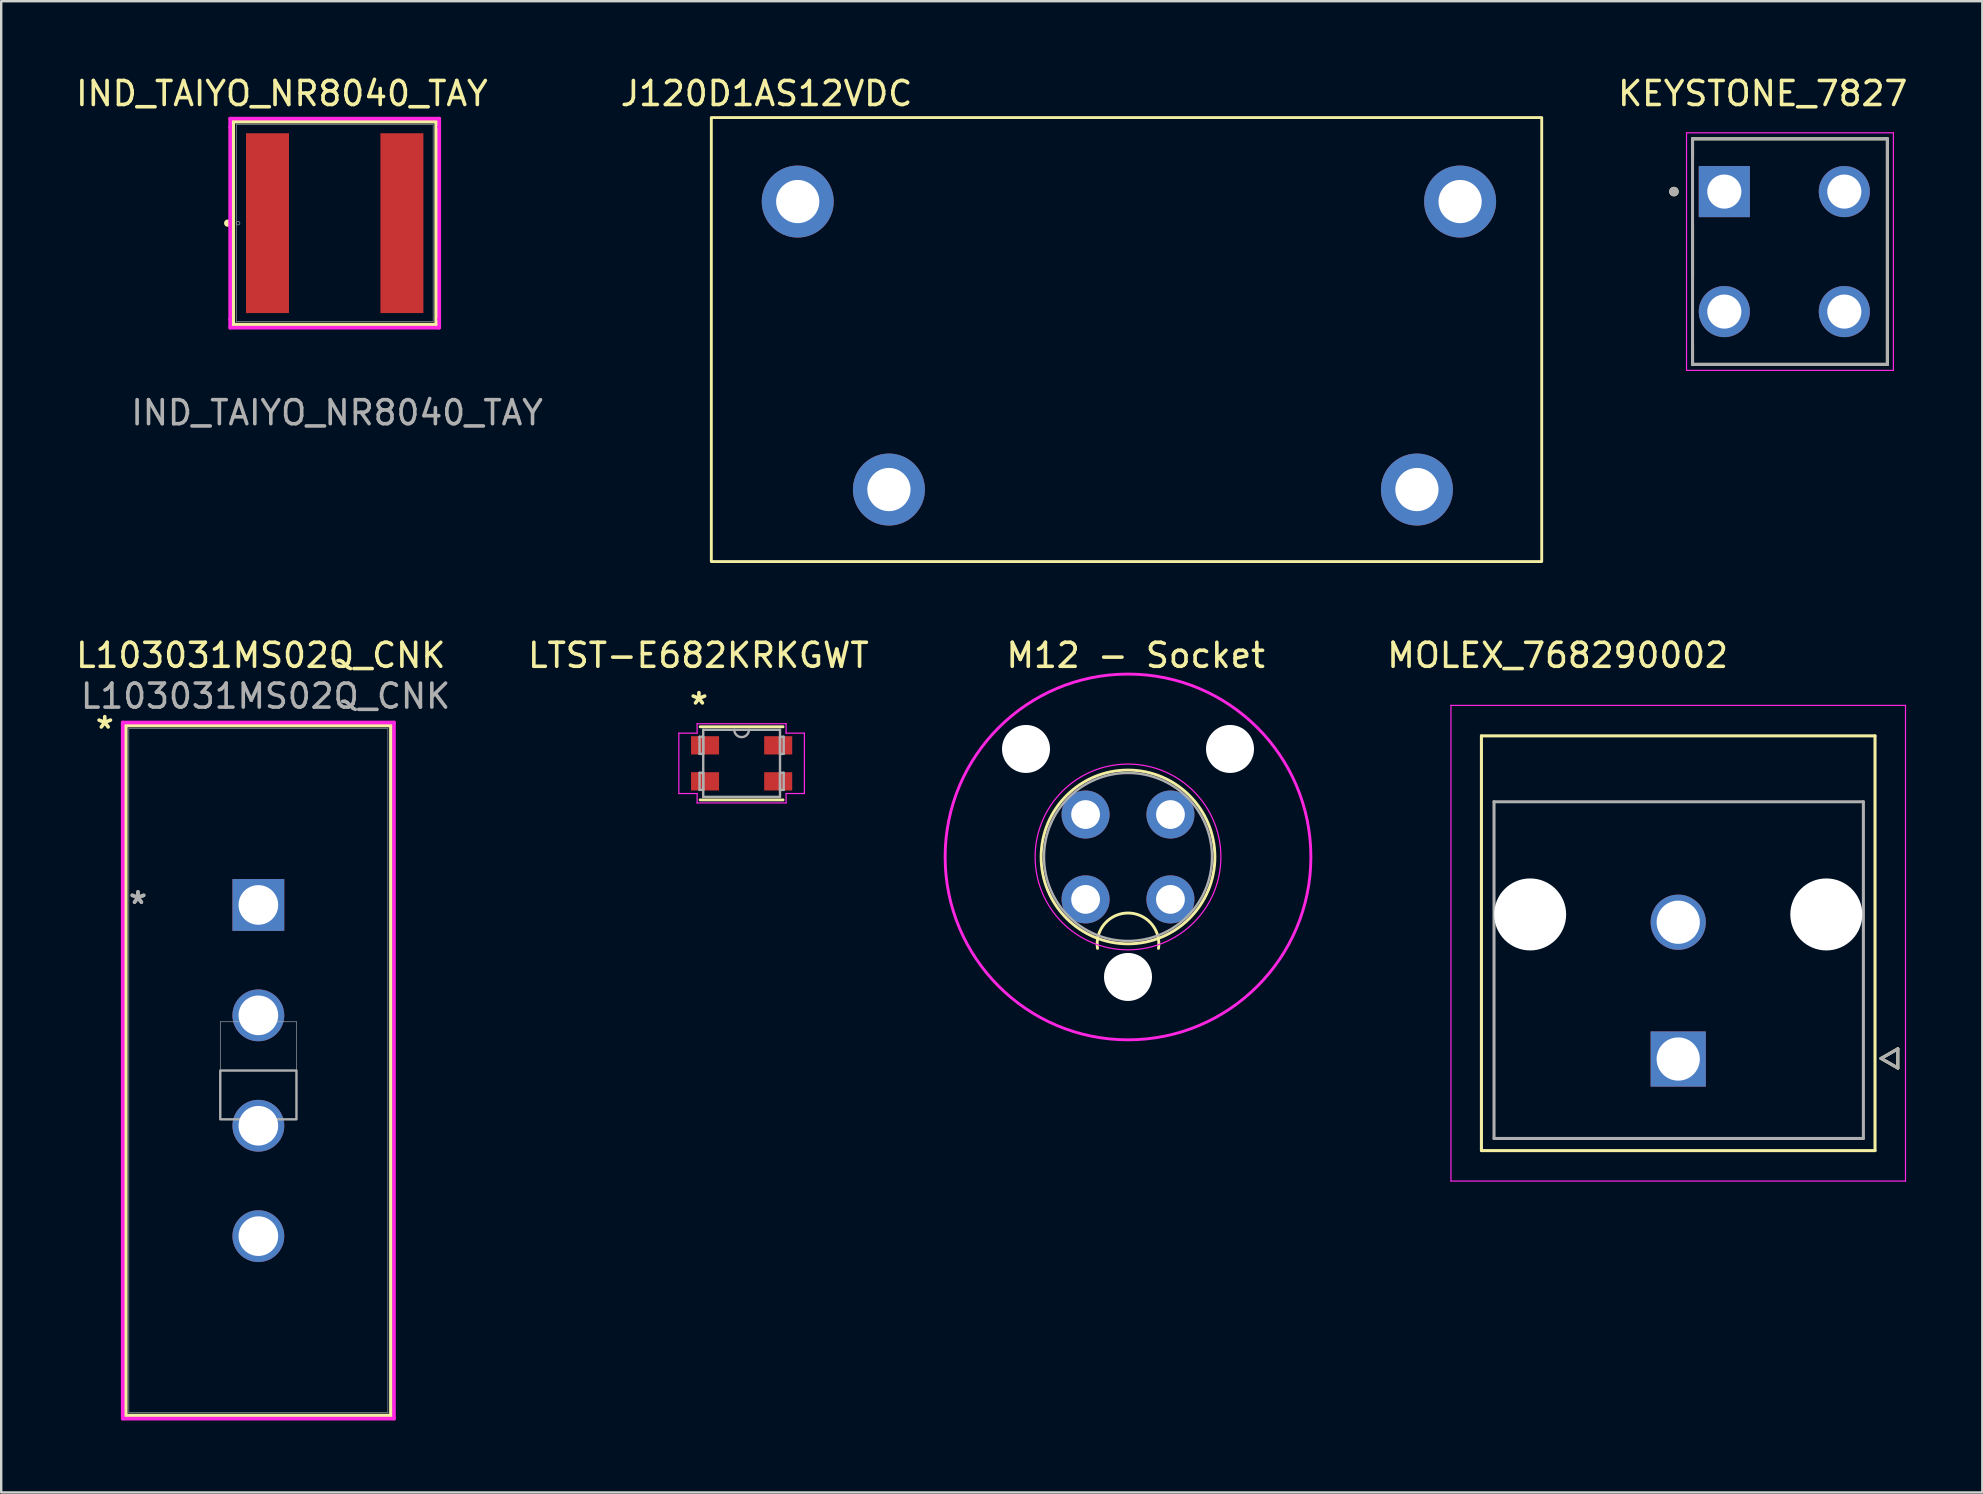
<source format=kicad_pcb>
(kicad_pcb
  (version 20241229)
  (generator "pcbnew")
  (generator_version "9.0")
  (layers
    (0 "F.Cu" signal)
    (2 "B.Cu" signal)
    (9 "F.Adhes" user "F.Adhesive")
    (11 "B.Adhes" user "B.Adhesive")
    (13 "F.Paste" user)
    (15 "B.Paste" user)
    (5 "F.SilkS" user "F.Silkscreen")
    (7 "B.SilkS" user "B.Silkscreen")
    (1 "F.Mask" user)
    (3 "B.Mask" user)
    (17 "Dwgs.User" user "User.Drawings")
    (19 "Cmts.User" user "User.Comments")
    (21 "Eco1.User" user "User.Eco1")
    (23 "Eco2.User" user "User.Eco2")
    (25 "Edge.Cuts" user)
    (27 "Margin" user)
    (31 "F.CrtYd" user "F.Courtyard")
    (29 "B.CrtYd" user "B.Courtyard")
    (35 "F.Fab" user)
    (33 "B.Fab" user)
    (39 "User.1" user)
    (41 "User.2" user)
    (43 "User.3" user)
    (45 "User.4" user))
  (footprint "MOLEX_768290002"
    (layer "F.Cu")
    (at 66.877 41.077)
    (property "Reference" "MOLEX_768290002" (at -5.025 -16.82 0) (layer "F.SilkS") (effects (font (size 1 1) (thickness 0.15))))
    (attr through_hole)
    (fp_circle (center -6.17 -6.025) (end -5.382 -6.025) (stroke (width 1.576) (type solid)) (fill no) (layer "F.Mask"))
    (fp_circle (center 0 -5.7) (end 0.613 -5.7) (stroke (width 1.226) (type solid)) (fill no) (layer "F.Mask"))
    (fp_circle (center 6.17 -6.025) (end 6.958 -6.025) (stroke (width 1.576) (type solid)) (fill no) (layer "F.Mask"))
    (fp_poly (pts (xy -1.226 -1.226) (xy 1.226 -1.226) (xy 1.226 1.226) (xy -1.226 1.226)) (stroke (width 0.01) (type solid)) (fill yes) (layer "F.Mask"))
    (fp_circle (center -6.17 -6.025) (end -5.382 -6.025) (stroke (width 1.576) (type solid)) (fill no) (layer "B.Mask"))
    (fp_circle (center 0 -5.7) (end 0.613 -5.7) (stroke (width 1.226) (type solid)) (fill no) (layer "B.Mask"))
    (fp_circle (center 6.17 -6.025) (end 6.958 -6.025) (stroke (width 1.576) (type solid)) (fill no) (layer "B.Mask"))
    (fp_poly (pts (xy -1.226 -1.226) (xy 1.226 -1.226) (xy 1.226 1.226) (xy -1.226 1.226)) (stroke (width 0.01) (type solid)) (fill yes) (layer "B.Mask"))
    (fp_line (start -8.2 -13.465) (end 8.2 -13.465) (stroke (width 0.127) (type solid)) (layer "F.SilkS"))
    (fp_line (start -8.2 3.815) (end -8.2 -13.465) (stroke (width 0.127) (type solid)) (layer "F.SilkS"))
    (fp_line (start 8.2 -13.465) (end 8.2 3.815) (stroke (width 0.127) (type solid)) (layer "F.SilkS"))
    (fp_line (start 8.2 3.815) (end -8.2 3.815) (stroke (width 0.127) (type solid)) (layer "F.SilkS"))
    (fp_line (start 8.45 -0.025) (end 9.15 -0.425) (stroke (width 0.127) (type solid)) (layer "F.SilkS"))
    (fp_line (start 9.15 -0.425) (end 9.15 0.375) (stroke (width 0.127) (type solid)) (layer "F.SilkS"))
    (fp_line (start 9.15 0.375) (end 8.45 -0.025) (stroke (width 0.127) (type solid)) (layer "F.SilkS"))
    (fp_line (start -9.47 -14.735) (end 9.47 -14.735) (stroke (width 0.05) (type solid)) (layer "F.CrtYd"))
    (fp_line (start -9.47 5.085) (end -9.47 -14.735) (stroke (width 0.05) (type solid)) (layer "F.CrtYd"))
    (fp_line (start 9.47 -14.735) (end 9.47 5.085) (stroke (width 0.05) (type solid)) (layer "F.CrtYd"))
    (fp_line (start 9.47 5.085) (end -9.47 5.085) (stroke (width 0.05) (type solid)) (layer "F.CrtYd"))
    (fp_line (start -7.675 -10.72) (end 7.715 -10.72) (stroke (width 0.127) (type solid)) (layer "F.Fab"))
    (fp_line (start -7.675 3.31) (end -7.675 -10.72) (stroke (width 0.127) (type solid)) (layer "F.Fab"))
    (fp_line (start -7.675 3.31) (end 7.715 3.31) (stroke (width 0.127) (type solid)) (layer "F.Fab"))
    (fp_line (start 7.715 3.31) (end 7.715 -10.72) (stroke (width 0.127) (type solid)) (layer "F.Fab"))
    (fp_line (start 8.45 -0.025) (end 9.15 0.375) (stroke (width 0.127) (type solid)) (layer "F.Fab"))
    (fp_line (start 9.15 -0.425) (end 8.45 -0.025) (stroke (width 0.127) (type solid)) (layer "F.Fab"))
    (fp_line (start 9.15 0.375) (end 9.15 -0.425) (stroke (width 0.127) (type solid)) (layer "F.Fab"))
    (pad "" np_thru_hole circle (at -6.17 -6.025) (size 3 3) (drill 3) (layers "*.Cu" "*.Mask"))
    (pad "" np_thru_hole circle (at 6.17 -6.025) (size 3 3) (drill 3) (layers "*.Cu" "*.Mask"))
    (pad "1" thru_hole rect (at 0 0) (size 2.3 2.3) (drill 1.8) (layers "*.Cu"))
    (pad "2" thru_hole circle (at 0 -5.7) (size 2.3 2.3) (drill 1.8) (layers "*.Cu")))
  (footprint "J120D1AS12VDC"
    (layer "F.Cu")
    (at 46.289 12.148)
    (property "Reference" "J120D1AS12VDC" (at -17.4 -11.3 0) (unlocked yes) (layer "F.SilkS") (effects (font (size 1 1) (thickness 0.15))))
    (attr through_hole)
    (fp_rect (start -19.7 -10.3) (end 14.9 8.2) (stroke (width 0.12) (type default)) (fill no) (layer "F.SilkS"))
    (pad "1" thru_hole circle (at -12.3 5.2) (size 3 3) (drill 1.8) (layers "*.Cu" "*.Mask"))
    (pad "2" thru_hole circle (at 9.7 5.2) (size 3 3) (drill 1.8) (layers "*.Cu" "*.Mask"))
    (pad "3" thru_hole circle (at -16.1 -6.8) (size 3 3) (drill 1.8) (layers "*.Cu" "*.Mask"))
    (pad "4" thru_hole circle (at 11.5 -6.8) (size 3 3) (drill 1.8) (layers "*.Cu" "*.Mask")))
  (footprint "LTST-E682KRKGWT"
    (layer "F.Cu")
    (at 27.851 28.756)
    (property "Reference" "LTST-E682KRKGWT" (at -1.8 -4.5 0) (layer "F.SilkS") (effects (font (size 1 1) (thickness 0.15))))
    (attr through_hole)
    (fp_line (start -1.727 1.524) (end 1.727 1.524) (stroke (width 0.12) (type solid)) (layer "F.SilkS"))
    (fp_line (start 1.727 -1.524) (end -1.727 -1.524) (stroke (width 0.12) (type solid)) (layer "F.SilkS"))
    (fp_line (start -2.616 -1.258) (end -1.854 -1.258) (stroke (width 0.05) (type solid)) (layer "F.CrtYd"))
    (fp_line (start -2.616 1.258) (end -2.616 -1.258) (stroke (width 0.05) (type solid)) (layer "F.CrtYd"))
    (fp_line (start -2.616 1.258) (end -1.854 1.258) (stroke (width 0.05) (type solid)) (layer "F.CrtYd"))
    (fp_line (start -1.854 -1.651) (end 1.854 -1.651) (stroke (width 0.05) (type solid)) (layer "F.CrtYd"))
    (fp_line (start -1.854 -1.258) (end -1.854 -1.651) (stroke (width 0.05) (type solid)) (layer "F.CrtYd"))
    (fp_line (start -1.854 1.651) (end -1.854 1.258) (stroke (width 0.05) (type solid)) (layer "F.CrtYd"))
    (fp_line (start 1.854 -1.651) (end 1.854 -1.258) (stroke (width 0.05) (type solid)) (layer "F.CrtYd"))
    (fp_line (start 1.854 1.258) (end 1.854 1.651) (stroke (width 0.05) (type solid)) (layer "F.CrtYd"))
    (fp_line (start 1.854 1.651) (end -1.854 1.651) (stroke (width 0.05) (type solid)) (layer "F.CrtYd"))
    (fp_line (start 2.616 -1.258) (end 1.854 -1.258) (stroke (width 0.05) (type solid)) (layer "F.CrtYd"))
    (fp_line (start 2.616 -1.258) (end 2.616 1.258) (stroke (width 0.05) (type solid)) (layer "F.CrtYd"))
    (fp_line (start 2.616 1.258) (end 1.854 1.258) (stroke (width 0.05) (type solid)) (layer "F.CrtYd"))
    (fp_line (start -1.753 -1.106) (end -1.753 -0.394) (stroke (width 0.1) (type solid)) (layer "F.Fab"))
    (fp_line (start -1.753 -0.394) (end -1.6 -0.394) (stroke (width 0.1) (type solid)) (layer "F.Fab"))
    (fp_line (start -1.753 0.394) (end -1.753 1.106) (stroke (width 0.1) (type solid)) (layer "F.Fab"))
    (fp_line (start -1.753 1.106) (end -1.6 1.106) (stroke (width 0.1) (type solid)) (layer "F.Fab"))
    (fp_line (start -1.6 -1.397) (end -1.6 1.397) (stroke (width 0.1) (type solid)) (layer "F.Fab"))
    (fp_line (start -1.6 -1.106) (end -1.753 -1.106) (stroke (width 0.1) (type solid)) (layer "F.Fab"))
    (fp_line (start -1.6 -0.394) (end -1.6 -1.106) (stroke (width 0.1) (type solid)) (layer "F.Fab"))
    (fp_line (start -1.6 0.394) (end -1.753 0.394) (stroke (width 0.1) (type solid)) (layer "F.Fab"))
    (fp_line (start -1.6 1.106) (end -1.6 0.394) (stroke (width 0.1) (type solid)) (layer "F.Fab"))
    (fp_line (start -1.6 1.397) (end 1.6 1.397) (stroke (width 0.1) (type solid)) (layer "F.Fab"))
    (fp_line (start 1.6 -1.397) (end -1.6 -1.397) (stroke (width 0.1) (type solid)) (layer "F.Fab"))
    (fp_line (start 1.6 -1.106) (end 1.6 -0.394) (stroke (width 0.1) (type solid)) (layer "F.Fab"))
    (fp_line (start 1.6 -0.394) (end 1.753 -0.394) (stroke (width 0.1) (type solid)) (layer "F.Fab"))
    (fp_line (start 1.6 0.394) (end 1.6 1.106) (stroke (width 0.1) (type solid)) (layer "F.Fab"))
    (fp_line (start 1.6 1.106) (end 1.753 1.106) (stroke (width 0.1) (type solid)) (layer "F.Fab"))
    (fp_line (start 1.6 1.397) (end 1.6 -1.397) (stroke (width 0.1) (type solid)) (layer "F.Fab"))
    (fp_line (start 1.753 -1.106) (end 1.6 -1.106) (stroke (width 0.1) (type solid)) (layer "F.Fab"))
    (fp_line (start 1.753 -0.394) (end 1.753 -1.106) (stroke (width 0.1) (type solid)) (layer "F.Fab"))
    (fp_line (start 1.753 0.394) (end 1.6 0.394) (stroke (width 0.1) (type solid)) (layer "F.Fab"))
    (fp_line (start 1.753 1.106) (end 1.753 0.394) (stroke (width 0.1) (type solid)) (layer "F.Fab"))
    (fp_arc (start 0.3048 -1.397) (mid 0 -1.0922) (end -0.3048 -1.397) (stroke (width 0.1) (type solid)) (layer "F.Fab"))
    (fp_text user "*" (at -1.778 -2.401 0) (layer "F.SilkS") (effects (font (size 1 1) (thickness 0.15))))
    (pad "1" smd rect (at -1.524 -0.75) (size 1.168 0.762) (layers "F.Cu" "F.Mask" "F.Paste"))
    (pad "2" smd rect (at 1.524 -0.75) (size 1.168 0.762) (layers "F.Cu" "F.Mask" "F.Paste"))
    (pad "3" smd rect (at 1.524 0.75) (size 1.168 0.762) (layers "F.Cu" "F.Mask" "F.Paste"))
    (pad "4" smd rect (at -1.524 0.75) (size 1.168 0.762) (layers "F.Cu" "F.Mask" "F.Paste")))
  (footprint "L103031MS02Q_CNK"
    (layer "F.Cu")
    (at 7.715 34.657)
    (property "Reference" "L103031MS02Q_CNK" (at 0.1 -10.4 0) (unlocked yes) (layer "F.SilkS") (effects (font (size 1 1) (thickness 0.15))))
    (attr through_hole)
    (fp_line (start -5.524 -7.476) (end -5.524 21.276) (stroke (width 0.152) (type solid)) (layer "F.SilkS"))
    (fp_line (start -5.524 21.276) (end 5.524 21.276) (stroke (width 0.152) (type solid)) (layer "F.SilkS"))
    (fp_line (start 5.524 -7.476) (end -5.524 -7.476) (stroke (width 0.152) (type solid)) (layer "F.SilkS"))
    (fp_line (start 5.524 21.276) (end 5.524 -7.476) (stroke (width 0.152) (type solid)) (layer "F.SilkS"))
    (fp_line (start -5.652 -7.603) (end -5.652 21.403) (stroke (width 0.152) (type solid)) (layer "F.CrtYd"))
    (fp_line (start -5.652 21.403) (end 5.652 21.403) (stroke (width 0.152) (type solid)) (layer "F.CrtYd"))
    (fp_line (start 5.652 -7.603) (end -5.652 -7.603) (stroke (width 0.152) (type solid)) (layer "F.CrtYd"))
    (fp_line (start 5.652 21.403) (end 5.652 -7.603) (stroke (width 0.152) (type solid)) (layer "F.CrtYd"))
    (fp_line (start -5.397 -7.349) (end -5.397 21.149) (stroke (width 0.025) (type solid)) (layer "F.Fab"))
    (fp_line (start -5.397 21.149) (end 5.397 21.149) (stroke (width 0.025) (type solid)) (layer "F.Fab"))
    (fp_line (start -1.587 4.868) (end 1.587 4.868) (stroke (width 0.025) (type solid)) (layer "F.Fab"))
    (fp_line (start -1.587 8.932) (end -1.587 4.868) (stroke (width 0.025) (type solid)) (layer "F.Fab"))
    (fp_line (start 1.587 4.868) (end 1.587 8.932) (stroke (width 0.025) (type solid)) (layer "F.Fab"))
    (fp_line (start 1.587 8.932) (end -1.587 8.932) (stroke (width 0.025) (type solid)) (layer "F.Fab"))
    (fp_line (start 5.397 -7.349) (end -5.397 -7.349) (stroke (width 0.025) (type solid)) (layer "F.Fab"))
    (fp_line (start 5.397 21.149) (end 5.397 -7.349) (stroke (width 0.025) (type solid)) (layer "F.Fab"))
    (fp_poly (pts (xy -1.587 8.932) (xy -1.587 6.9) (xy 1.587 6.9) (xy 1.587 8.932)) (stroke (width 0.1) (type solid)) (fill no) (layer "F.Fab"))
    (fp_text user "*" (at -6.4 -7.3 0) (unlocked yes) (layer "F.SilkS") (effects (font (size 1 1) (thickness 0.15))))
    (fp_text user "*" (at -5.016 0 0) (layer "F.Fab") (effects (font (size 1 1) (thickness 0.15))))
    (fp_text user "*" (at -5.016 0 0) (unlocked yes) (layer "F.Fab") (effects (font (size 1 1) (thickness 0.15))))
    (fp_text user "${REFERENCE}" (at 0.3 -8.7 0) (unlocked yes) (layer "F.Fab") (effects (font (size 1 1) (thickness 0.15))))
    (pad "1" thru_hole rect (at 0 0) (size 2.159 2.159) (drill 1.651) (layers "*.Cu" "*.Mask"))
    (pad "2" thru_hole circle (at 0 4.6) (size 2.159 2.159) (drill 1.651) (layers "*.Cu" "*.Mask"))
    (pad "3" thru_hole circle (at 0 9.2) (size 2.159 2.159) (drill 1.651) (layers "*.Cu" "*.Mask"))
    (pad "4" thru_hole circle (at 0 13.8) (size 2.159 2.159) (drill 1.651) (layers "*.Cu" "*.Mask")))
  (footprint "KEYSTONE_7827"
    (layer "F.Cu")
    (at 71.298 7.433)
    (property "Reference" "KEYSTONE_7827" (at -0.9 -6.585 0) (layer "F.SilkS") (effects (font (size 1 1) (thickness 0.15))))
    (attr through_hole)
    (fp_line (start -3.825 -4.7) (end 4.295 -4.7) (stroke (width 0.127) (type solid)) (layer "F.SilkS"))
    (fp_line (start -3.825 -3.885) (end -3.825 -4.7) (stroke (width 0.127) (type solid)) (layer "F.SilkS"))
    (fp_line (start -3.825 -1.115) (end -3.825 1.115) (stroke (width 0.127) (type solid)) (layer "F.SilkS"))
    (fp_line (start -3.825 4.7) (end -3.825 3.885) (stroke (width 0.127) (type solid)) (layer "F.SilkS"))
    (fp_line (start -3.825 4.7) (end 4.295 4.7) (stroke (width 0.127) (type solid)) (layer "F.SilkS"))
    (fp_line (start 4.295 -4.7) (end 4.295 4.7) (stroke (width 0.127) (type solid)) (layer "F.SilkS"))
    (fp_circle (center -4.6 -2.5) (end -4.5 -2.5) (stroke (width 0.2) (type solid)) (fill no) (layer "F.SilkS"))
    (fp_line (start -4.075 -4.95) (end -4.075 4.95) (stroke (width 0.05) (type solid)) (layer "F.CrtYd"))
    (fp_line (start -4.075 4.95) (end 4.545 4.95) (stroke (width 0.05) (type solid)) (layer "F.CrtYd"))
    (fp_line (start 4.545 -4.95) (end -4.075 -4.95) (stroke (width 0.05) (type solid)) (layer "F.CrtYd"))
    (fp_line (start 4.545 4.95) (end 4.545 -4.95) (stroke (width 0.05) (type solid)) (layer "F.CrtYd"))
    (fp_line (start -3.825 -4.7) (end 4.295 -4.7) (stroke (width 0.127) (type solid)) (layer "F.Fab"))
    (fp_line (start -3.825 4.7) (end -3.825 -4.7) (stroke (width 0.127) (type solid)) (layer "F.Fab"))
    (fp_line (start -3.825 4.7) (end 4.295 4.7) (stroke (width 0.127) (type solid)) (layer "F.Fab"))
    (fp_line (start 4.295 -4.7) (end 4.295 4.7) (stroke (width 0.127) (type solid)) (layer "F.Fab"))
    (fp_circle (center -4.6 -2.5) (end -4.5 -2.5) (stroke (width 0.2) (type solid)) (fill no) (layer "F.Fab"))
    (pad "1_1" thru_hole rect (at -2.5 -2.5) (size 2.13 2.13) (drill 1.42) (layers "*.Cu" "*.Mask"))
    (pad "1_2" thru_hole circle (at -2.5 2.5) (size 2.13 2.13) (drill 1.42) (layers "*.Cu" "*.Mask"))
    (pad "2_1" thru_hole circle (at 2.5 -2.5) (size 2.13 2.13) (drill 1.42) (layers "*.Cu" "*.Mask"))
    (pad "2_2" thru_hole circle (at 2.5 2.5) (size 2.13 2.13) (drill 1.42) (layers "*.Cu" "*.Mask")))
  (footprint "M12 - Socket"
    (layer "F.Cu")
    (at 44.071 32.657)
    (property "Reference" "M12 - Socket" (at 0.2 -8.4 0) (unlocked yes) (layer "F.SilkS") (effects (font (size 1 1) (thickness 0.15))))
    (attr through_hole)
    (fp_arc (start -1.389999 3.810001) (mid -0.120001 2.335867) (end 1.149999 3.809999) (stroke (width 0.12) (type solid)) (layer "F.SilkS"))
    (fp_circle (center -0.12 0) (end -0.12 3.62) (stroke (width 0.12) (type solid)) (fill no) (layer "F.SilkS"))
    (fp_circle (center -0.12 0) (end -0.12 3.87) (stroke (width 0.05) (type solid)) (fill no) (layer "F.CrtYd"))
    (fp_circle (center -0.12 0) (end 7.5 0) (stroke (width 0.12) (type solid)) (fill no) (layer "F.CrtYd"))
    (fp_circle (center -0.12 0) (end -0.12 3.5) (stroke (width 0.1) (type solid)) (fill no) (layer "F.Fab"))
    (pad "" np_thru_hole circle (at -4.37 -4.5) (size 2 2) (drill 2) (layers "*.Cu" "*.Mask"))
    (pad "" np_thru_hole circle (at -0.12 5) (size 2 2) (drill 2) (layers "*.Cu" "*.Mask"))
    (pad "" np_thru_hole circle (at 4.13 -4.5) (size 2 2) (drill 2) (layers "*.Cu" "*.Mask"))
    (pad "1" thru_hole oval (at 1.648 1.768) (size 2 2) (drill 1.2) (layers "*.Cu" "*.Mask"))
    (pad "2" thru_hole oval (at -1.888 1.768) (size 2 2) (drill 1.2) (layers "*.Cu" "*.Mask"))
    (pad "3" thru_hole oval (at -1.888 -1.768) (size 2 2) (drill 1.2) (layers "*.Cu" "*.Mask"))
    (pad "4" thru_hole oval (at 1.648 -1.768) (size 2 2) (drill 1.2) (layers "*.Cu" "*.Mask")))
  (footprint "IND_TAIYO_NR8040_TAY"
    (layer "F.Cu")
    (at 10.896 6.248)
    (property "Reference" "IND_TAIYO_NR8040_TAY" (at -2.2 -5.4 0) (unlocked yes) (layer "F.SilkS") (effects (font (size 1 1) (thickness 0.15))))
    (attr smd)
    (fp_line (start -4.229 -4.229) (end -4.229 4.229) (stroke (width 0.152) (type solid)) (layer "F.SilkS"))
    (fp_line (start -4.229 4.229) (end 4.229 4.229) (stroke (width 0.152) (type solid)) (layer "F.SilkS"))
    (fp_line (start 4.229 -4.229) (end -4.229 -4.229) (stroke (width 0.152) (type solid)) (layer "F.SilkS"))
    (fp_line (start 4.229 4.229) (end 4.229 -4.229) (stroke (width 0.152) (type solid)) (layer "F.SilkS"))
    (fp_circle (center -4.458 0) (end -4.381 0) (stroke (width 0.152) (type solid)) (fill no) (layer "F.SilkS"))
    (fp_line (start -4.356 -4.356) (end 4.356 -4.356) (stroke (width 0.152) (type solid)) (layer "F.CrtYd"))
    (fp_line (start -4.356 -4) (end -4.356 -4.356) (stroke (width 0.152) (type solid)) (layer "F.CrtYd"))
    (fp_line (start -4.356 -4) (end -4.356 -4) (stroke (width 0.152) (type solid)) (layer "F.CrtYd"))
    (fp_line (start -4.356 4) (end -4.356 -4) (stroke (width 0.152) (type solid)) (layer "F.CrtYd"))
    (fp_line (start -4.356 4) (end -4.356 4) (stroke (width 0.152) (type solid)) (layer "F.CrtYd"))
    (fp_line (start -4.356 4.356) (end -4.356 4) (stroke (width 0.152) (type solid)) (layer "F.CrtYd"))
    (fp_line (start 4.356 -4.356) (end 4.356 -4) (stroke (width 0.152) (type solid)) (layer "F.CrtYd"))
    (fp_line (start 4.356 -4) (end 4.356 -4) (stroke (width 0.152) (type solid)) (layer "F.CrtYd"))
    (fp_line (start 4.356 -4) (end 4.356 4) (stroke (width 0.152) (type solid)) (layer "F.CrtYd"))
    (fp_line (start 4.356 4) (end 4.356 4) (stroke (width 0.152) (type solid)) (layer "F.CrtYd"))
    (fp_line (start 4.356 4) (end 4.356 4.356) (stroke (width 0.152) (type solid)) (layer "F.CrtYd"))
    (fp_line (start 4.356 4.356) (end -4.356 4.356) (stroke (width 0.152) (type solid)) (layer "F.CrtYd"))
    (fp_line (start -4.102 -4.102) (end -4.102 4.102) (stroke (width 0.025) (type solid)) (layer "F.Fab"))
    (fp_line (start -4.102 4.102) (end 4.102 4.102) (stroke (width 0.025) (type solid)) (layer "F.Fab"))
    (fp_line (start 4.102 -4.102) (end -4.102 -4.102) (stroke (width 0.025) (type solid)) (layer "F.Fab"))
    (fp_line (start 4.102 4.102) (end 4.102 -4.102) (stroke (width 0.025) (type solid)) (layer "F.Fab"))
    (fp_circle (center -4.026 0) (end -3.95 0) (stroke (width 0.025) (type solid)) (fill no) (layer "F.Fab"))
    (fp_text user "${REFERENCE}" (at 0.1 7.9 0) (unlocked yes) (layer "F.Fab") (effects (font (size 1 1) (thickness 0.15))))
    (pad "1" smd rect (at -2.8 0) (size 1.791 7.493) (layers "F.Cu" "F.Mask" "F.Paste"))
    (pad "2" smd rect (at 2.8 0) (size 1.791 7.493) (layers "F.Cu" "F.Mask" "F.Paste"))
    (zone (net_name "") (layer "F.Cu") (hatch full 0.508) (connect_pads) (min_thickness 0.254) (filled_areas_thickness no) (keepout (tracks not_allowed) (vias not_allowed) (pads allowed) (copperpour not_allowed) (footprints allowed)) (placement (enabled no)) (fill) (polygon (pts (xy 9.042 2.197) (xy 12.751 2.197) (xy 12.751 10.3) (xy 9.042 10.3)))))
  (gr_rect
    (start -3 -3)
    (end 79.547 59.136)
    (stroke (width 0.1) (type default))
    (fill no)
    (layer "Edge.Cuts")))
</source>
